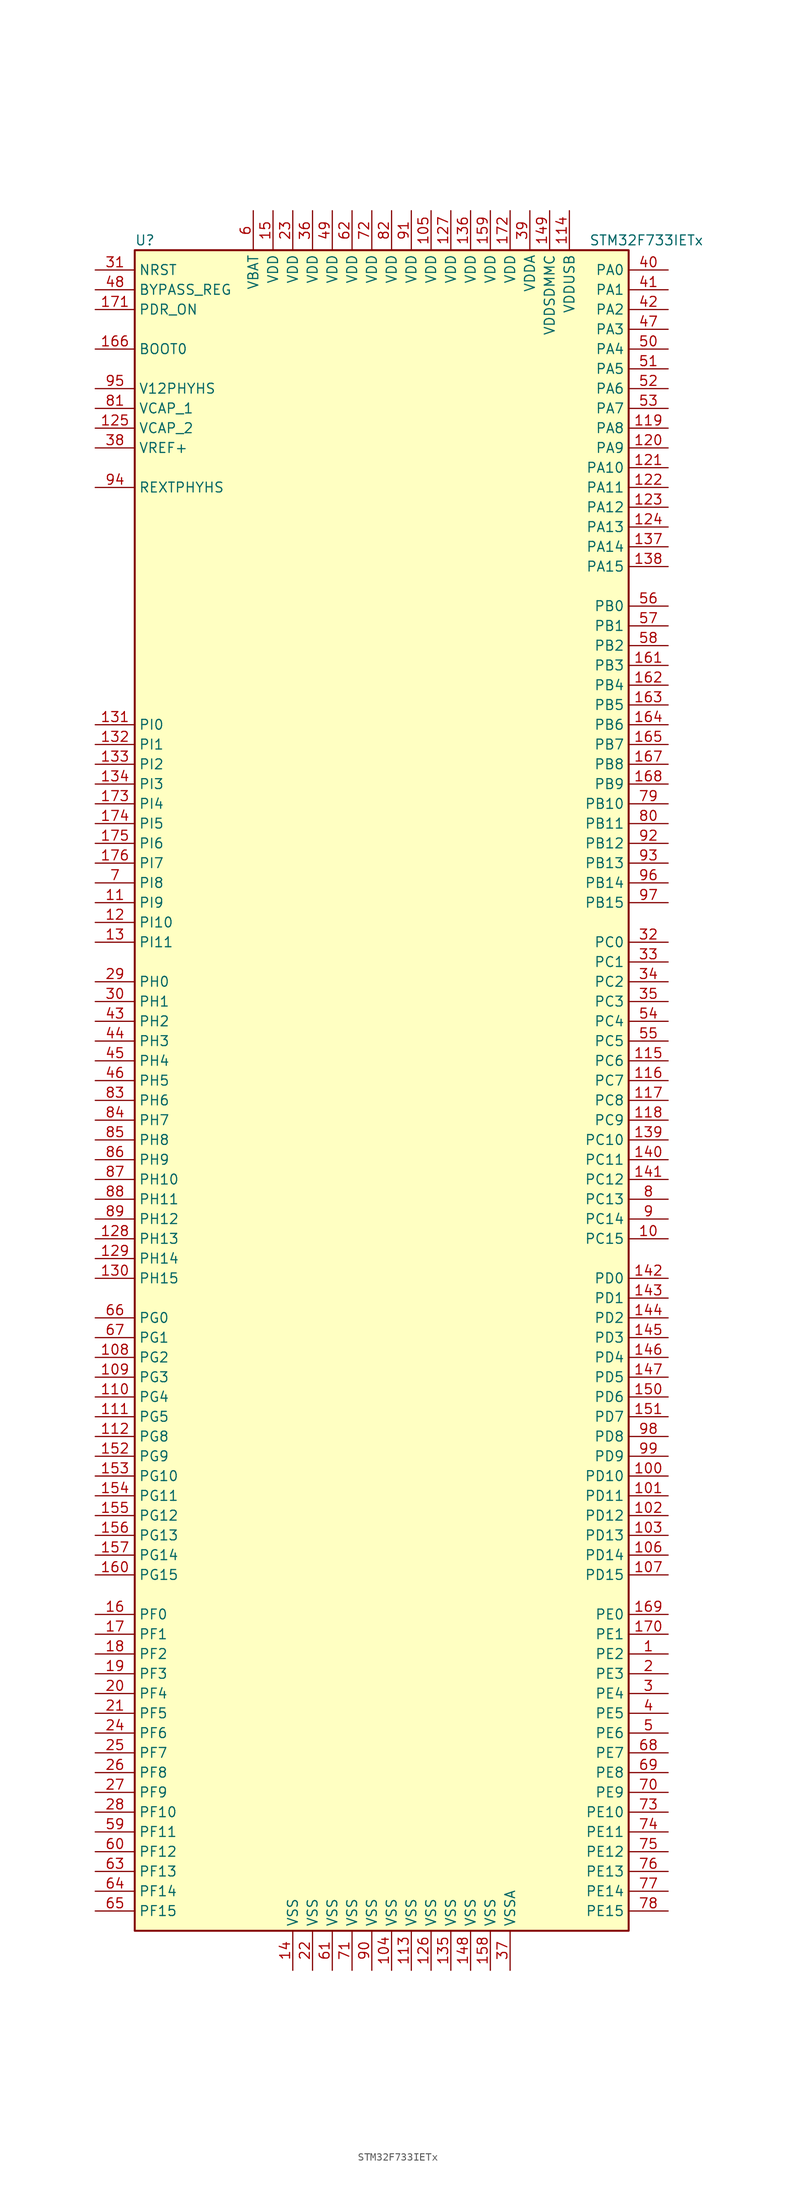
<source format=kicad_sym>
(kicad_symbol_lib
  (version 20220914)
  (generator kicad_symbol_editor)
  (symbol "STM32F733IETx"
    (property "Reference" "U"
      (at -33.02 107.95 0)
      (effects (font (size 1.27 1.27)) (justify left)))
    (property "Value" "STM32F733IETx"
      (at 25.4 107.95 0)
      (effects (font (size 1.27 1.27)) (justify left)))
    (symbol "STM32F733IETx_0_1"
      (rectangle (start -33.02 -109.22) (end 30.48 106.68) (stroke (width 0.254) (type default)) (fill (type background))))
    (symbol "STM32F733IETx_1_1"
      (pin bidirectional line (at 35.56 -73.66 180) (length 5.08) (name "PE2" (effects (font (size 1.27 1.27)))) (number "1" (effects (font (size 1.27 1.27)))))
      (pin bidirectional line (at 35.56 -20.32 180) (length 5.08) (name "PC15" (effects (font (size 1.27 1.27)))) (number "10" (effects (font (size 1.27 1.27)))))
      (pin bidirectional line (at 35.56 -50.8 180) (length 5.08) (name "PD10" (effects (font (size 1.27 1.27)))) (number "100" (effects (font (size 1.27 1.27)))))
      (pin bidirectional line (at 35.56 -53.34 180) (length 5.08) (name "PD11" (effects (font (size 1.27 1.27)))) (number "101" (effects (font (size 1.27 1.27)))))
      (pin bidirectional line (at 35.56 -55.88 180) (length 5.08) (name "PD12" (effects (font (size 1.27 1.27)))) (number "102" (effects (font (size 1.27 1.27)))))
      (pin bidirectional line (at 35.56 -58.42 180) (length 5.08) (name "PD13" (effects (font (size 1.27 1.27)))) (number "103" (effects (font (size 1.27 1.27)))))
      (pin power_in line (at 0 -114.3 90) (length 5.08) (name "VSS" (effects (font (size 1.27 1.27)))) (number "104" (effects (font (size 1.27 1.27)))))
      (pin power_in line (at 5.08 111.76 270) (length 5.08) (name "VDD" (effects (font (size 1.27 1.27)))) (number "105" (effects (font (size 1.27 1.27)))))
      (pin bidirectional line (at 35.56 -60.96 180) (length 5.08) (name "PD14" (effects (font (size 1.27 1.27)))) (number "106" (effects (font (size 1.27 1.27)))))
      (pin bidirectional line (at 35.56 -63.5 180) (length 5.08) (name "PD15" (effects (font (size 1.27 1.27)))) (number "107" (effects (font (size 1.27 1.27)))))
      (pin bidirectional line (at -38.1 -35.56 0) (length 5.08) (name "PG2" (effects (font (size 1.27 1.27)))) (number "108" (effects (font (size 1.27 1.27)))))
      (pin bidirectional line (at -38.1 -38.1 0) (length 5.08) (name "PG3" (effects (font (size 1.27 1.27)))) (number "109" (effects (font (size 1.27 1.27)))))
      (pin bidirectional line (at -38.1 22.86 0) (length 5.08) (name "PI9" (effects (font (size 1.27 1.27)))) (number "11" (effects (font (size 1.27 1.27)))))
      (pin bidirectional line (at -38.1 -40.64 0) (length 5.08) (name "PG4" (effects (font (size 1.27 1.27)))) (number "110" (effects (font (size 1.27 1.27)))))
      (pin bidirectional line (at -38.1 -43.18 0) (length 5.08) (name "PG5" (effects (font (size 1.27 1.27)))) (number "111" (effects (font (size 1.27 1.27)))))
      (pin bidirectional line (at -38.1 -45.72 0) (length 5.08) (name "PG8" (effects (font (size 1.27 1.27)))) (number "112" (effects (font (size 1.27 1.27)))))
      (pin power_in line (at 2.54 -114.3 90) (length 5.08) (name "VSS" (effects (font (size 1.27 1.27)))) (number "113" (effects (font (size 1.27 1.27)))))
      (pin power_in line (at 22.86 111.76 270) (length 5.08) (name "VDDUSB" (effects (font (size 1.27 1.27)))) (number "114" (effects (font (size 1.27 1.27)))))
      (pin bidirectional line (at 35.56 2.54 180) (length 5.08) (name "PC6" (effects (font (size 1.27 1.27)))) (number "115" (effects (font (size 1.27 1.27)))))
      (pin bidirectional line (at 35.56 0 180) (length 5.08) (name "PC7" (effects (font (size 1.27 1.27)))) (number "116" (effects (font (size 1.27 1.27)))))
      (pin bidirectional line (at 35.56 -2.54 180) (length 5.08) (name "PC8" (effects (font (size 1.27 1.27)))) (number "117" (effects (font (size 1.27 1.27)))))
      (pin bidirectional line (at 35.56 -5.08 180) (length 5.08) (name "PC9" (effects (font (size 1.27 1.27)))) (number "118" (effects (font (size 1.27 1.27)))))
      (pin bidirectional line (at 35.56 83.82 180) (length 5.08) (name "PA8" (effects (font (size 1.27 1.27)))) (number "119" (effects (font (size 1.27 1.27)))))
      (pin bidirectional line (at -38.1 20.32 0) (length 5.08) (name "PI10" (effects (font (size 1.27 1.27)))) (number "12" (effects (font (size 1.27 1.27)))))
      (pin bidirectional line (at 35.56 81.28 180) (length 5.08) (name "PA9" (effects (font (size 1.27 1.27)))) (number "120" (effects (font (size 1.27 1.27)))))
      (pin bidirectional line (at 35.56 78.74 180) (length 5.08) (name "PA10" (effects (font (size 1.27 1.27)))) (number "121" (effects (font (size 1.27 1.27)))))
      (pin bidirectional line (at 35.56 76.2 180) (length 5.08) (name "PA11" (effects (font (size 1.27 1.27)))) (number "122" (effects (font (size 1.27 1.27)))))
      (pin bidirectional line (at 35.56 73.66 180) (length 5.08) (name "PA12" (effects (font (size 1.27 1.27)))) (number "123" (effects (font (size 1.27 1.27)))))
      (pin bidirectional line (at 35.56 71.12 180) (length 5.08) (name "PA13" (effects (font (size 1.27 1.27)))) (number "124" (effects (font (size 1.27 1.27)))))
      (pin power_in line (at -38.1 83.82 0) (length 5.08) (name "VCAP_2" (effects (font (size 1.27 1.27)))) (number "125" (effects (font (size 1.27 1.27)))))
      (pin power_in line (at 5.08 -114.3 90) (length 5.08) (name "VSS" (effects (font (size 1.27 1.27)))) (number "126" (effects (font (size 1.27 1.27)))))
      (pin power_in line (at 7.62 111.76 270) (length 5.08) (name "VDD" (effects (font (size 1.27 1.27)))) (number "127" (effects (font (size 1.27 1.27)))))
      (pin bidirectional line (at -38.1 -20.32 0) (length 5.08) (name "PH13" (effects (font (size 1.27 1.27)))) (number "128" (effects (font (size 1.27 1.27)))))
      (pin bidirectional line (at -38.1 -22.86 0) (length 5.08) (name "PH14" (effects (font (size 1.27 1.27)))) (number "129" (effects (font (size 1.27 1.27)))))
      (pin bidirectional line (at -38.1 17.78 0) (length 5.08) (name "PI11" (effects (font (size 1.27 1.27)))) (number "13" (effects (font (size 1.27 1.27)))))
      (pin bidirectional line (at -38.1 -25.4 0) (length 5.08) (name "PH15" (effects (font (size 1.27 1.27)))) (number "130" (effects (font (size 1.27 1.27)))))
      (pin bidirectional line (at -38.1 45.72 0) (length 5.08) (name "PI0" (effects (font (size 1.27 1.27)))) (number "131" (effects (font (size 1.27 1.27)))))
      (pin bidirectional line (at -38.1 43.18 0) (length 5.08) (name "PI1" (effects (font (size 1.27 1.27)))) (number "132" (effects (font (size 1.27 1.27)))))
      (pin bidirectional line (at -38.1 40.64 0) (length 5.08) (name "PI2" (effects (font (size 1.27 1.27)))) (number "133" (effects (font (size 1.27 1.27)))))
      (pin bidirectional line (at -38.1 38.1 0) (length 5.08) (name "PI3" (effects (font (size 1.27 1.27)))) (number "134" (effects (font (size 1.27 1.27)))))
      (pin power_in line (at 7.62 -114.3 90) (length 5.08) (name "VSS" (effects (font (size 1.27 1.27)))) (number "135" (effects (font (size 1.27 1.27)))))
      (pin power_in line (at 10.16 111.76 270) (length 5.08) (name "VDD" (effects (font (size 1.27 1.27)))) (number "136" (effects (font (size 1.27 1.27)))))
      (pin bidirectional line (at 35.56 68.58 180) (length 5.08) (name "PA14" (effects (font (size 1.27 1.27)))) (number "137" (effects (font (size 1.27 1.27)))))
      (pin bidirectional line (at 35.56 66.04 180) (length 5.08) (name "PA15" (effects (font (size 1.27 1.27)))) (number "138" (effects (font (size 1.27 1.27)))))
      (pin bidirectional line (at 35.56 -7.62 180) (length 5.08) (name "PC10" (effects (font (size 1.27 1.27)))) (number "139" (effects (font (size 1.27 1.27)))))
      (pin power_in line (at -12.7 -114.3 90) (length 5.08) (name "VSS" (effects (font (size 1.27 1.27)))) (number "14" (effects (font (size 1.27 1.27)))))
      (pin bidirectional line (at 35.56 -10.16 180) (length 5.08) (name "PC11" (effects (font (size 1.27 1.27)))) (number "140" (effects (font (size 1.27 1.27)))))
      (pin bidirectional line (at 35.56 -12.7 180) (length 5.08) (name "PC12" (effects (font (size 1.27 1.27)))) (number "141" (effects (font (size 1.27 1.27)))))
      (pin bidirectional line (at 35.56 -25.4 180) (length 5.08) (name "PD0" (effects (font (size 1.27 1.27)))) (number "142" (effects (font (size 1.27 1.27)))))
      (pin bidirectional line (at 35.56 -27.94 180) (length 5.08) (name "PD1" (effects (font (size 1.27 1.27)))) (number "143" (effects (font (size 1.27 1.27)))))
      (pin bidirectional line (at 35.56 -30.48 180) (length 5.08) (name "PD2" (effects (font (size 1.27 1.27)))) (number "144" (effects (font (size 1.27 1.27)))))
      (pin bidirectional line (at 35.56 -33.02 180) (length 5.08) (name "PD3" (effects (font (size 1.27 1.27)))) (number "145" (effects (font (size 1.27 1.27)))))
      (pin bidirectional line (at 35.56 -35.56 180) (length 5.08) (name "PD4" (effects (font (size 1.27 1.27)))) (number "146" (effects (font (size 1.27 1.27)))))
      (pin bidirectional line (at 35.56 -38.1 180) (length 5.08) (name "PD5" (effects (font (size 1.27 1.27)))) (number "147" (effects (font (size 1.27 1.27)))))
      (pin power_in line (at 10.16 -114.3 90) (length 5.08) (name "VSS" (effects (font (size 1.27 1.27)))) (number "148" (effects (font (size 1.27 1.27)))))
      (pin power_in line (at 20.32 111.76 270) (length 5.08) (name "VDDSDMMC" (effects (font (size 1.27 1.27)))) (number "149" (effects (font (size 1.27 1.27)))))
      (pin power_in line (at -15.24 111.76 270) (length 5.08) (name "VDD" (effects (font (size 1.27 1.27)))) (number "15" (effects (font (size 1.27 1.27)))))
      (pin bidirectional line (at 35.56 -40.64 180) (length 5.08) (name "PD6" (effects (font (size 1.27 1.27)))) (number "150" (effects (font (size 1.27 1.27)))))
      (pin bidirectional line (at 35.56 -43.18 180) (length 5.08) (name "PD7" (effects (font (size 1.27 1.27)))) (number "151" (effects (font (size 1.27 1.27)))))
      (pin bidirectional line (at -38.1 -48.26 0) (length 5.08) (name "PG9" (effects (font (size 1.27 1.27)))) (number "152" (effects (font (size 1.27 1.27)))))
      (pin bidirectional line (at -38.1 -50.8 0) (length 5.08) (name "PG10" (effects (font (size 1.27 1.27)))) (number "153" (effects (font (size 1.27 1.27)))))
      (pin bidirectional line (at -38.1 -53.34 0) (length 5.08) (name "PG11" (effects (font (size 1.27 1.27)))) (number "154" (effects (font (size 1.27 1.27)))))
      (pin bidirectional line (at -38.1 -55.88 0) (length 5.08) (name "PG12" (effects (font (size 1.27 1.27)))) (number "155" (effects (font (size 1.27 1.27)))))
      (pin bidirectional line (at -38.1 -58.42 0) (length 5.08) (name "PG13" (effects (font (size 1.27 1.27)))) (number "156" (effects (font (size 1.27 1.27)))))
      (pin bidirectional line (at -38.1 -60.96 0) (length 5.08) (name "PG14" (effects (font (size 1.27 1.27)))) (number "157" (effects (font (size 1.27 1.27)))))
      (pin power_in line (at 12.7 -114.3 90) (length 5.08) (name "VSS" (effects (font (size 1.27 1.27)))) (number "158" (effects (font (size 1.27 1.27)))))
      (pin power_in line (at 12.7 111.76 270) (length 5.08) (name "VDD" (effects (font (size 1.27 1.27)))) (number "159" (effects (font (size 1.27 1.27)))))
      (pin bidirectional line (at -38.1 -68.58 0) (length 5.08) (name "PF0" (effects (font (size 1.27 1.27)))) (number "16" (effects (font (size 1.27 1.27)))))
      (pin bidirectional line (at -38.1 -63.5 0) (length 5.08) (name "PG15" (effects (font (size 1.27 1.27)))) (number "160" (effects (font (size 1.27 1.27)))))
      (pin bidirectional line (at 35.56 53.34 180) (length 5.08) (name "PB3" (effects (font (size 1.27 1.27)))) (number "161" (effects (font (size 1.27 1.27)))))
      (pin bidirectional line (at 35.56 50.8 180) (length 5.08) (name "PB4" (effects (font (size 1.27 1.27)))) (number "162" (effects (font (size 1.27 1.27)))))
      (pin bidirectional line (at 35.56 48.26 180) (length 5.08) (name "PB5" (effects (font (size 1.27 1.27)))) (number "163" (effects (font (size 1.27 1.27)))))
      (pin bidirectional line (at 35.56 45.72 180) (length 5.08) (name "PB6" (effects (font (size 1.27 1.27)))) (number "164" (effects (font (size 1.27 1.27)))))
      (pin bidirectional line (at 35.56 43.18 180) (length 5.08) (name "PB7" (effects (font (size 1.27 1.27)))) (number "165" (effects (font (size 1.27 1.27)))))
      (pin input line (at -38.1 93.98 0) (length 5.08) (name "BOOT0" (effects (font (size 1.27 1.27)))) (number "166" (effects (font (size 1.27 1.27)))))
      (pin bidirectional line (at 35.56 40.64 180) (length 5.08) (name "PB8" (effects (font (size 1.27 1.27)))) (number "167" (effects (font (size 1.27 1.27)))))
      (pin bidirectional line (at 35.56 38.1 180) (length 5.08) (name "PB9" (effects (font (size 1.27 1.27)))) (number "168" (effects (font (size 1.27 1.27)))))
      (pin bidirectional line (at 35.56 -68.58 180) (length 5.08) (name "PE0" (effects (font (size 1.27 1.27)))) (number "169" (effects (font (size 1.27 1.27)))))
      (pin bidirectional line (at -38.1 -71.12 0) (length 5.08) (name "PF1" (effects (font (size 1.27 1.27)))) (number "17" (effects (font (size 1.27 1.27)))))
      (pin bidirectional line (at 35.56 -71.12 180) (length 5.08) (name "PE1" (effects (font (size 1.27 1.27)))) (number "170" (effects (font (size 1.27 1.27)))))
      (pin input line (at -38.1 99.06 0) (length 5.08) (name "PDR_ON" (effects (font (size 1.27 1.27)))) (number "171" (effects (font (size 1.27 1.27)))))
      (pin power_in line (at 15.24 111.76 270) (length 5.08) (name "VDD" (effects (font (size 1.27 1.27)))) (number "172" (effects (font (size 1.27 1.27)))))
      (pin bidirectional line (at -38.1 35.56 0) (length 5.08) (name "PI4" (effects (font (size 1.27 1.27)))) (number "173" (effects (font (size 1.27 1.27)))))
      (pin bidirectional line (at -38.1 33.02 0) (length 5.08) (name "PI5" (effects (font (size 1.27 1.27)))) (number "174" (effects (font (size 1.27 1.27)))))
      (pin bidirectional line (at -38.1 30.48 0) (length 5.08) (name "PI6" (effects (font (size 1.27 1.27)))) (number "175" (effects (font (size 1.27 1.27)))))
      (pin bidirectional line (at -38.1 27.94 0) (length 5.08) (name "PI7" (effects (font (size 1.27 1.27)))) (number "176" (effects (font (size 1.27 1.27)))))
      (pin bidirectional line (at -38.1 -73.66 0) (length 5.08) (name "PF2" (effects (font (size 1.27 1.27)))) (number "18" (effects (font (size 1.27 1.27)))))
      (pin bidirectional line (at -38.1 -76.2 0) (length 5.08) (name "PF3" (effects (font (size 1.27 1.27)))) (number "19" (effects (font (size 1.27 1.27)))))
      (pin bidirectional line (at 35.56 -76.2 180) (length 5.08) (name "PE3" (effects (font (size 1.27 1.27)))) (number "2" (effects (font (size 1.27 1.27)))))
      (pin bidirectional line (at -38.1 -78.74 0) (length 5.08) (name "PF4" (effects (font (size 1.27 1.27)))) (number "20" (effects (font (size 1.27 1.27)))))
      (pin bidirectional line (at -38.1 -81.28 0) (length 5.08) (name "PF5" (effects (font (size 1.27 1.27)))) (number "21" (effects (font (size 1.27 1.27)))))
      (pin power_in line (at -10.16 -114.3 90) (length 5.08) (name "VSS" (effects (font (size 1.27 1.27)))) (number "22" (effects (font (size 1.27 1.27)))))
      (pin power_in line (at -12.7 111.76 270) (length 5.08) (name "VDD" (effects (font (size 1.27 1.27)))) (number "23" (effects (font (size 1.27 1.27)))))
      (pin bidirectional line (at -38.1 -83.82 0) (length 5.08) (name "PF6" (effects (font (size 1.27 1.27)))) (number "24" (effects (font (size 1.27 1.27)))))
      (pin bidirectional line (at -38.1 -86.36 0) (length 5.08) (name "PF7" (effects (font (size 1.27 1.27)))) (number "25" (effects (font (size 1.27 1.27)))))
      (pin bidirectional line (at -38.1 -88.9 0) (length 5.08) (name "PF8" (effects (font (size 1.27 1.27)))) (number "26" (effects (font (size 1.27 1.27)))))
      (pin bidirectional line (at -38.1 -91.44 0) (length 5.08) (name "PF9" (effects (font (size 1.27 1.27)))) (number "27" (effects (font (size 1.27 1.27)))))
      (pin bidirectional line (at -38.1 -93.98 0) (length 5.08) (name "PF10" (effects (font (size 1.27 1.27)))) (number "28" (effects (font (size 1.27 1.27)))))
      (pin input line (at -38.1 12.7 0) (length 5.08) (name "PH0" (effects (font (size 1.27 1.27)))) (number "29" (effects (font (size 1.27 1.27)))))
      (pin bidirectional line (at 35.56 -78.74 180) (length 5.08) (name "PE4" (effects (font (size 1.27 1.27)))) (number "3" (effects (font (size 1.27 1.27)))))
      (pin input line (at -38.1 10.16 0) (length 5.08) (name "PH1" (effects (font (size 1.27 1.27)))) (number "30" (effects (font (size 1.27 1.27)))))
      (pin input line (at -38.1 104.14 0) (length 5.08) (name "NRST" (effects (font (size 1.27 1.27)))) (number "31" (effects (font (size 1.27 1.27)))))
      (pin bidirectional line (at 35.56 17.78 180) (length 5.08) (name "PC0" (effects (font (size 1.27 1.27)))) (number "32" (effects (font (size 1.27 1.27)))))
      (pin bidirectional line (at 35.56 15.24 180) (length 5.08) (name "PC1" (effects (font (size 1.27 1.27)))) (number "33" (effects (font (size 1.27 1.27)))))
      (pin bidirectional line (at 35.56 12.7 180) (length 5.08) (name "PC2" (effects (font (size 1.27 1.27)))) (number "34" (effects (font (size 1.27 1.27)))))
      (pin bidirectional line (at 35.56 10.16 180) (length 5.08) (name "PC3" (effects (font (size 1.27 1.27)))) (number "35" (effects (font (size 1.27 1.27)))))
      (pin power_in line (at -10.16 111.76 270) (length 5.08) (name "VDD" (effects (font (size 1.27 1.27)))) (number "36" (effects (font (size 1.27 1.27)))))
      (pin power_in line (at 15.24 -114.3 90) (length 5.08) (name "VSSA" (effects (font (size 1.27 1.27)))) (number "37" (effects (font (size 1.27 1.27)))))
      (pin power_in line (at -38.1 81.28 0) (length 5.08) (name "VREF+" (effects (font (size 1.27 1.27)))) (number "38" (effects (font (size 1.27 1.27)))))
      (pin power_in line (at 17.78 111.76 270) (length 5.08) (name "VDDA" (effects (font (size 1.27 1.27)))) (number "39" (effects (font (size 1.27 1.27)))))
      (pin bidirectional line (at 35.56 -81.28 180) (length 5.08) (name "PE5" (effects (font (size 1.27 1.27)))) (number "4" (effects (font (size 1.27 1.27)))))
      (pin bidirectional line (at 35.56 104.14 180) (length 5.08) (name "PA0" (effects (font (size 1.27 1.27)))) (number "40" (effects (font (size 1.27 1.27)))))
      (pin bidirectional line (at 35.56 101.6 180) (length 5.08) (name "PA1" (effects (font (size 1.27 1.27)))) (number "41" (effects (font (size 1.27 1.27)))))
      (pin bidirectional line (at 35.56 99.06 180) (length 5.08) (name "PA2" (effects (font (size 1.27 1.27)))) (number "42" (effects (font (size 1.27 1.27)))))
      (pin bidirectional line (at -38.1 7.62 0) (length 5.08) (name "PH2" (effects (font (size 1.27 1.27)))) (number "43" (effects (font (size 1.27 1.27)))))
      (pin bidirectional line (at -38.1 5.08 0) (length 5.08) (name "PH3" (effects (font (size 1.27 1.27)))) (number "44" (effects (font (size 1.27 1.27)))))
      (pin bidirectional line (at -38.1 2.54 0) (length 5.08) (name "PH4" (effects (font (size 1.27 1.27)))) (number "45" (effects (font (size 1.27 1.27)))))
      (pin bidirectional line (at -38.1 0 0) (length 5.08) (name "PH5" (effects (font (size 1.27 1.27)))) (number "46" (effects (font (size 1.27 1.27)))))
      (pin bidirectional line (at 35.56 96.52 180) (length 5.08) (name "PA3" (effects (font (size 1.27 1.27)))) (number "47" (effects (font (size 1.27 1.27)))))
      (pin input line (at -38.1 101.6 0) (length 5.08) (name "BYPASS_REG" (effects (font (size 1.27 1.27)))) (number "48" (effects (font (size 1.27 1.27)))))
      (pin power_in line (at -7.62 111.76 270) (length 5.08) (name "VDD" (effects (font (size 1.27 1.27)))) (number "49" (effects (font (size 1.27 1.27)))))
      (pin bidirectional line (at 35.56 -83.82 180) (length 5.08) (name "PE6" (effects (font (size 1.27 1.27)))) (number "5" (effects (font (size 1.27 1.27)))))
      (pin bidirectional line (at 35.56 93.98 180) (length 5.08) (name "PA4" (effects (font (size 1.27 1.27)))) (number "50" (effects (font (size 1.27 1.27)))))
      (pin bidirectional line (at 35.56 91.44 180) (length 5.08) (name "PA5" (effects (font (size 1.27 1.27)))) (number "51" (effects (font (size 1.27 1.27)))))
      (pin bidirectional line (at 35.56 88.9 180) (length 5.08) (name "PA6" (effects (font (size 1.27 1.27)))) (number "52" (effects (font (size 1.27 1.27)))))
      (pin bidirectional line (at 35.56 86.36 180) (length 5.08) (name "PA7" (effects (font (size 1.27 1.27)))) (number "53" (effects (font (size 1.27 1.27)))))
      (pin bidirectional line (at 35.56 7.62 180) (length 5.08) (name "PC4" (effects (font (size 1.27 1.27)))) (number "54" (effects (font (size 1.27 1.27)))))
      (pin bidirectional line (at 35.56 5.08 180) (length 5.08) (name "PC5" (effects (font (size 1.27 1.27)))) (number "55" (effects (font (size 1.27 1.27)))))
      (pin bidirectional line (at 35.56 60.96 180) (length 5.08) (name "PB0" (effects (font (size 1.27 1.27)))) (number "56" (effects (font (size 1.27 1.27)))))
      (pin bidirectional line (at 35.56 58.42 180) (length 5.08) (name "PB1" (effects (font (size 1.27 1.27)))) (number "57" (effects (font (size 1.27 1.27)))))
      (pin bidirectional line (at 35.56 55.88 180) (length 5.08) (name "PB2" (effects (font (size 1.27 1.27)))) (number "58" (effects (font (size 1.27 1.27)))))
      (pin bidirectional line (at -38.1 -96.52 0) (length 5.08) (name "PF11" (effects (font (size 1.27 1.27)))) (number "59" (effects (font (size 1.27 1.27)))))
      (pin power_in line (at -17.78 111.76 270) (length 5.08) (name "VBAT" (effects (font (size 1.27 1.27)))) (number "6" (effects (font (size 1.27 1.27)))))
      (pin bidirectional line (at -38.1 -99.06 0) (length 5.08) (name "PF12" (effects (font (size 1.27 1.27)))) (number "60" (effects (font (size 1.27 1.27)))))
      (pin power_in line (at -7.62 -114.3 90) (length 5.08) (name "VSS" (effects (font (size 1.27 1.27)))) (number "61" (effects (font (size 1.27 1.27)))))
      (pin power_in line (at -5.08 111.76 270) (length 5.08) (name "VDD" (effects (font (size 1.27 1.27)))) (number "62" (effects (font (size 1.27 1.27)))))
      (pin bidirectional line (at -38.1 -101.6 0) (length 5.08) (name "PF13" (effects (font (size 1.27 1.27)))) (number "63" (effects (font (size 1.27 1.27)))))
      (pin bidirectional line (at -38.1 -104.14 0) (length 5.08) (name "PF14" (effects (font (size 1.27 1.27)))) (number "64" (effects (font (size 1.27 1.27)))))
      (pin bidirectional line (at -38.1 -106.68 0) (length 5.08) (name "PF15" (effects (font (size 1.27 1.27)))) (number "65" (effects (font (size 1.27 1.27)))))
      (pin bidirectional line (at -38.1 -30.48 0) (length 5.08) (name "PG0" (effects (font (size 1.27 1.27)))) (number "66" (effects (font (size 1.27 1.27)))))
      (pin bidirectional line (at -38.1 -33.02 0) (length 5.08) (name "PG1" (effects (font (size 1.27 1.27)))) (number "67" (effects (font (size 1.27 1.27)))))
      (pin bidirectional line (at 35.56 -86.36 180) (length 5.08) (name "PE7" (effects (font (size 1.27 1.27)))) (number "68" (effects (font (size 1.27 1.27)))))
      (pin bidirectional line (at 35.56 -88.9 180) (length 5.08) (name "PE8" (effects (font (size 1.27 1.27)))) (number "69" (effects (font (size 1.27 1.27)))))
      (pin bidirectional line (at -38.1 25.4 0) (length 5.08) (name "PI8" (effects (font (size 1.27 1.27)))) (number "7" (effects (font (size 1.27 1.27)))))
      (pin bidirectional line (at 35.56 -91.44 180) (length 5.08) (name "PE9" (effects (font (size 1.27 1.27)))) (number "70" (effects (font (size 1.27 1.27)))))
      (pin power_in line (at -5.08 -114.3 90) (length 5.08) (name "VSS" (effects (font (size 1.27 1.27)))) (number "71" (effects (font (size 1.27 1.27)))))
      (pin power_in line (at -2.54 111.76 270) (length 5.08) (name "VDD" (effects (font (size 1.27 1.27)))) (number "72" (effects (font (size 1.27 1.27)))))
      (pin bidirectional line (at 35.56 -93.98 180) (length 5.08) (name "PE10" (effects (font (size 1.27 1.27)))) (number "73" (effects (font (size 1.27 1.27)))))
      (pin bidirectional line (at 35.56 -96.52 180) (length 5.08) (name "PE11" (effects (font (size 1.27 1.27)))) (number "74" (effects (font (size 1.27 1.27)))))
      (pin bidirectional line (at 35.56 -99.06 180) (length 5.08) (name "PE12" (effects (font (size 1.27 1.27)))) (number "75" (effects (font (size 1.27 1.27)))))
      (pin bidirectional line (at 35.56 -101.6 180) (length 5.08) (name "PE13" (effects (font (size 1.27 1.27)))) (number "76" (effects (font (size 1.27 1.27)))))
      (pin bidirectional line (at 35.56 -104.14 180) (length 5.08) (name "PE14" (effects (font (size 1.27 1.27)))) (number "77" (effects (font (size 1.27 1.27)))))
      (pin bidirectional line (at 35.56 -106.68 180) (length 5.08) (name "PE15" (effects (font (size 1.27 1.27)))) (number "78" (effects (font (size 1.27 1.27)))))
      (pin bidirectional line (at 35.56 35.56 180) (length 5.08) (name "PB10" (effects (font (size 1.27 1.27)))) (number "79" (effects (font (size 1.27 1.27)))))
      (pin bidirectional line (at 35.56 -15.24 180) (length 5.08) (name "PC13" (effects (font (size 1.27 1.27)))) (number "8" (effects (font (size 1.27 1.27)))))
      (pin bidirectional line (at 35.56 33.02 180) (length 5.08) (name "PB11" (effects (font (size 1.27 1.27)))) (number "80" (effects (font (size 1.27 1.27)))))
      (pin power_in line (at -38.1 86.36 0) (length 5.08) (name "VCAP_1" (effects (font (size 1.27 1.27)))) (number "81" (effects (font (size 1.27 1.27)))))
      (pin power_in line (at 0 111.76 270) (length 5.08) (name "VDD" (effects (font (size 1.27 1.27)))) (number "82" (effects (font (size 1.27 1.27)))))
      (pin bidirectional line (at -38.1 -2.54 0) (length 5.08) (name "PH6" (effects (font (size 1.27 1.27)))) (number "83" (effects (font (size 1.27 1.27)))))
      (pin bidirectional line (at -38.1 -5.08 0) (length 5.08) (name "PH7" (effects (font (size 1.27 1.27)))) (number "84" (effects (font (size 1.27 1.27)))))
      (pin bidirectional line (at -38.1 -7.62 0) (length 5.08) (name "PH8" (effects (font (size 1.27 1.27)))) (number "85" (effects (font (size 1.27 1.27)))))
      (pin bidirectional line (at -38.1 -10.16 0) (length 5.08) (name "PH9" (effects (font (size 1.27 1.27)))) (number "86" (effects (font (size 1.27 1.27)))))
      (pin bidirectional line (at -38.1 -12.7 0) (length 5.08) (name "PH10" (effects (font (size 1.27 1.27)))) (number "87" (effects (font (size 1.27 1.27)))))
      (pin bidirectional line (at -38.1 -15.24 0) (length 5.08) (name "PH11" (effects (font (size 1.27 1.27)))) (number "88" (effects (font (size 1.27 1.27)))))
      (pin bidirectional line (at -38.1 -17.78 0) (length 5.08) (name "PH12" (effects (font (size 1.27 1.27)))) (number "89" (effects (font (size 1.27 1.27)))))
      (pin bidirectional line (at 35.56 -17.78 180) (length 5.08) (name "PC14" (effects (font (size 1.27 1.27)))) (number "9" (effects (font (size 1.27 1.27)))))
      (pin power_in line (at -2.54 -114.3 90) (length 5.08) (name "VSS" (effects (font (size 1.27 1.27)))) (number "90" (effects (font (size 1.27 1.27)))))
      (pin power_in line (at 2.54 111.76 270) (length 5.08) (name "VDD" (effects (font (size 1.27 1.27)))) (number "91" (effects (font (size 1.27 1.27)))))
      (pin bidirectional line (at 35.56 30.48 180) (length 5.08) (name "PB12" (effects (font (size 1.27 1.27)))) (number "92" (effects (font (size 1.27 1.27)))))
      (pin bidirectional line (at 35.56 27.94 180) (length 5.08) (name "PB13" (effects (font (size 1.27 1.27)))) (number "93" (effects (font (size 1.27 1.27)))))
      (pin bidirectional line (at -38.1 76.2 0) (length 5.08) (name "REXTPHYHS" (effects (font (size 1.27 1.27)))) (number "94" (effects (font (size 1.27 1.27)))))
      (pin power_in line (at -38.1 88.9 0) (length 5.08) (name "V12PHYHS" (effects (font (size 1.27 1.27)))) (number "95" (effects (font (size 1.27 1.27)))))
      (pin bidirectional line (at 35.56 25.4 180) (length 5.08) (name "PB14" (effects (font (size 1.27 1.27)))) (number "96" (effects (font (size 1.27 1.27)))))
      (pin bidirectional line (at 35.56 22.86 180) (length 5.08) (name "PB15" (effects (font (size 1.27 1.27)))) (number "97" (effects (font (size 1.27 1.27)))))
      (pin bidirectional line (at 35.56 -45.72 180) (length 5.08) (name "PD8" (effects (font (size 1.27 1.27)))) (number "98" (effects (font (size 1.27 1.27)))))
      (pin bidirectional line (at 35.56 -48.26 180) (length 5.08) (name "PD9" (effects (font (size 1.27 1.27)))) (number "99" (effects (font (size 1.27 1.27))))))))
</source>
